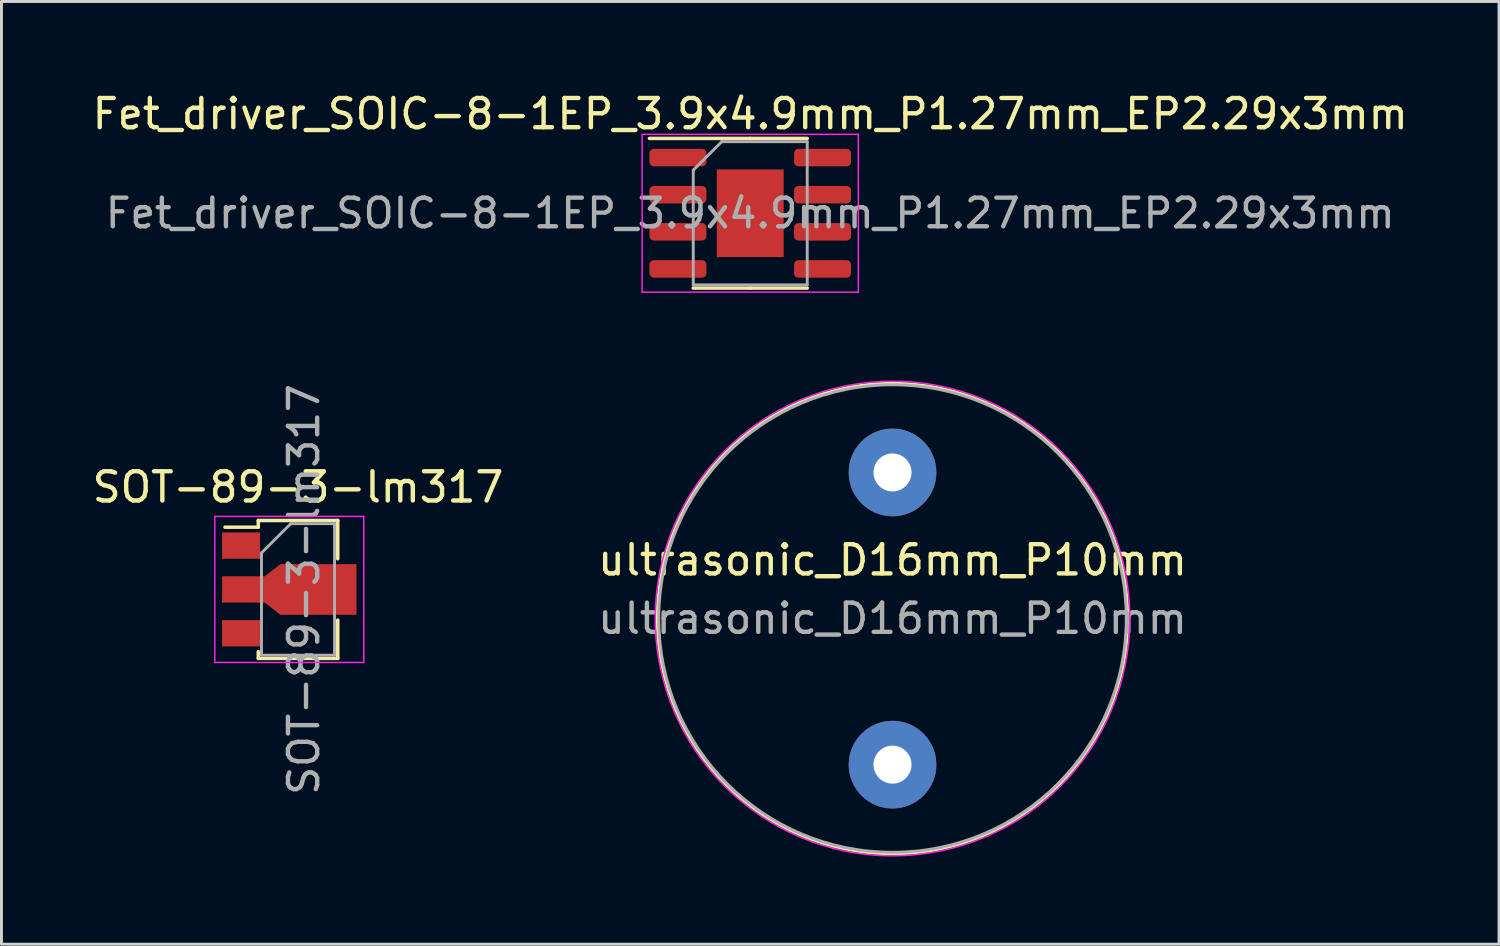
<source format=kicad_pcb>
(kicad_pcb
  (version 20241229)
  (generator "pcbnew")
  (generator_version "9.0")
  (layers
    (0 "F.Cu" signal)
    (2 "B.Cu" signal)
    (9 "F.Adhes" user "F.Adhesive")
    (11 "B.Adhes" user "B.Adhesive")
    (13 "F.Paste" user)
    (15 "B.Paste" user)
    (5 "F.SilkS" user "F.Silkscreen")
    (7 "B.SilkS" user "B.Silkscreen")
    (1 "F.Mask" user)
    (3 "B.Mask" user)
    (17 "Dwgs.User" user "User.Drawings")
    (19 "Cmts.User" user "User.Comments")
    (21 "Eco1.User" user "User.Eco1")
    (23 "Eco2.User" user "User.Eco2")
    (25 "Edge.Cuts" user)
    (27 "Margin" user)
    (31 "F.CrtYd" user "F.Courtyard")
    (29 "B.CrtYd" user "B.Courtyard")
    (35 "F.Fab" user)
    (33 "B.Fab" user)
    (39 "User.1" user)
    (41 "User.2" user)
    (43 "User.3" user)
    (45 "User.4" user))
  (footprint "SOT-89-3-lm317"
    (layer "F.Cu")
    (at 6.849 17.122)
    (property "Reference" "SOT-89-3-lm317" (at 0.3 -3.5 0) (layer "F.SilkS") (effects (font (size 1 1) (thickness 0.15))))
    (attr smd)
    (fp_line (start -2.2 -2.13) (end -1.06 -2.13) (stroke (width 0.12) (type solid)) (layer "F.SilkS"))
    (fp_line (start -1.06 -2.36) (end -1.06 -2.13) (stroke (width 0.12) (type solid)) (layer "F.SilkS"))
    (fp_line (start -1.06 -2.36) (end 1.66 -2.36) (stroke (width 0.12) (type solid)) (layer "F.SilkS"))
    (fp_line (start -1.06 2.36) (end -1.06 2.13) (stroke (width 0.12) (type solid)) (layer "F.SilkS"))
    (fp_line (start 1.66 -2.36) (end 1.66 -1.05) (stroke (width 0.12) (type solid)) (layer "F.SilkS"))
    (fp_line (start 1.66 1.05) (end 1.66 2.36) (stroke (width 0.12) (type solid)) (layer "F.SilkS"))
    (fp_line (start 1.66 2.36) (end -1.06 2.36) (stroke (width 0.12) (type solid)) (layer "F.SilkS"))
    (fp_line (start -2.55 2.5) (end -2.55 -2.5) (stroke (width 0.05) (type solid)) (layer "F.CrtYd"))
    (fp_line (start -2.55 2.5) (end 2.55 2.5) (stroke (width 0.05) (type solid)) (layer "F.CrtYd"))
    (fp_line (start 2.55 -2.5) (end -2.55 -2.5) (stroke (width 0.05) (type solid)) (layer "F.CrtYd"))
    (fp_line (start 2.55 -2.5) (end 2.55 2.5) (stroke (width 0.05) (type solid)) (layer "F.CrtYd"))
    (fp_line (start -0.95 -1.25) (end 0.05 -2.25) (stroke (width 0.1) (type solid)) (layer "F.Fab"))
    (fp_line (start -0.95 2.25) (end -0.95 -1.25) (stroke (width 0.1) (type solid)) (layer "F.Fab"))
    (fp_line (start 0.05 -2.25) (end 1.55 -2.25) (stroke (width 0.1) (type solid)) (layer "F.Fab"))
    (fp_line (start 1.55 -2.25) (end 1.55 2.25) (stroke (width 0.1) (type solid)) (layer "F.Fab"))
    (fp_line (start 1.55 2.25) (end -0.95 2.25) (stroke (width 0.1) (type solid)) (layer "F.Fab"))
    (fp_text user "${REFERENCE}" (at 0.5 0 90) (layer "F.Fab") (effects (font (size 1 1) (thickness 0.15))))
    (pad "1" smd rect (at -1.65 -1.5) (size 1.3 0.9) (layers "F.Cu" "F.Mask" "F.Paste"))
    (pad "2" smd custom (at -1.562 0) (size 1.475 0.9) (layers "F.Cu" "F.Mask" "F.Paste") (options (anchor rect)) (primitives (gr_poly (pts (xy 1.257 0.867) (xy 0.725 0.45) (xy 0.725 -0.45) (xy 1.257 -0.867)) (width 0) (fill yes)) (gr_poly (pts (xy 3.862 0.867) (xy 1.251 0.867) (xy 1.257 -0.867) (xy 3.862 -0.867)) (width 0) (fill yes))))
    (pad "3" smd rect (at -1.65 1.5) (size 1.3 0.9) (layers "F.Cu" "F.Mask" "F.Paste")))
  (footprint "ultrasonic_D16mm_P10mm"
    (layer "F.Cu")
    (at 27.494 18.118)
    (property "Reference" "ultrasonic_D16mm_P10mm" (at 0 -2 0) (layer "F.SilkS") (effects (font (size 1 1) (thickness 0.15))))
    (attr through_hole)
    (fp_circle (center 0 0) (end 8.05 0) (stroke (width 0.1) (type solid)) (fill no) (layer "F.SilkS"))
    (fp_circle (center 0 0) (end 8.12 0) (stroke (width 0.05) (type solid)) (fill no) (layer "F.CrtYd"))
    (fp_circle (center 0 0) (end 8 0) (stroke (width 0.1) (type solid)) (fill no) (layer "F.Fab"))
    (fp_text user "${REFERENCE}" (at 0 0 0) (layer "F.Fab") (effects (font (size 1 1) (thickness 0.15))))
    (pad "1" thru_hole circle (at 0 5) (size 3 3) (drill 1.3) (layers "*.Cu" "*.Mask"))
    (pad "2" thru_hole circle (at 0 -5) (size 3 3) (drill 1.3) (layers "*.Cu" "*.Mask")))
  (footprint "Fet_driver_SOIC-8-1EP_3.9x4.9mm_P1.27mm_EP2.29x3mm"
    (layer "F.Cu")
    (at 22.625 4.248)
    (property "Reference" "Fet_driver_SOIC-8-1EP_3.9x4.9mm_P1.27mm_EP2.29x3mm" (at 0 -3.4 0) (layer "F.SilkS") (effects (font (size 1 1) (thickness 0.15))))
    (attr smd)
    (fp_line (start 0 -2.56) (end -3.45 -2.56) (stroke (width 0.12) (type solid)) (layer "F.SilkS"))
    (fp_line (start 0 -2.56) (end 1.95 -2.56) (stroke (width 0.12) (type solid)) (layer "F.SilkS"))
    (fp_line (start 0 2.56) (end -1.95 2.56) (stroke (width 0.12) (type solid)) (layer "F.SilkS"))
    (fp_line (start 0 2.56) (end 1.95 2.56) (stroke (width 0.12) (type solid)) (layer "F.SilkS"))
    (fp_line (start -3.7 -2.7) (end -3.7 2.7) (stroke (width 0.05) (type solid)) (layer "F.CrtYd"))
    (fp_line (start -3.7 2.7) (end 3.7 2.7) (stroke (width 0.05) (type solid)) (layer "F.CrtYd"))
    (fp_line (start 3.7 -2.7) (end -3.7 -2.7) (stroke (width 0.05) (type solid)) (layer "F.CrtYd"))
    (fp_line (start 3.7 2.7) (end 3.7 -2.7) (stroke (width 0.05) (type solid)) (layer "F.CrtYd"))
    (fp_line (start -1.95 -1.475) (end -0.975 -2.45) (stroke (width 0.1) (type solid)) (layer "F.Fab"))
    (fp_line (start -1.95 2.45) (end -1.95 -1.475) (stroke (width 0.1) (type solid)) (layer "F.Fab"))
    (fp_line (start -0.975 -2.45) (end 1.95 -2.45) (stroke (width 0.1) (type solid)) (layer "F.Fab"))
    (fp_line (start 1.95 -2.45) (end 1.95 2.45) (stroke (width 0.1) (type solid)) (layer "F.Fab"))
    (fp_line (start 1.95 2.45) (end -1.95 2.45) (stroke (width 0.1) (type solid)) (layer "F.Fab"))
    (fp_text user "${REFERENCE}" (at 0 0 0) (layer "F.Fab") (effects (font (size 0.98 0.98) (thickness 0.15))))
    (pad "" smd roundrect (at -0.57 -0.75) (size 0.92 1.21) (layers "F.Paste") (roundrect_rratio 0.25))
    (pad "" smd roundrect (at -0.57 0.75) (size 0.92 1.21) (layers "F.Paste") (roundrect_rratio 0.25))
    (pad "" smd roundrect (at 0.57 -0.75) (size 0.92 1.21) (layers "F.Paste") (roundrect_rratio 0.25))
    (pad "" smd roundrect (at 0.57 0.75) (size 0.92 1.21) (layers "F.Paste") (roundrect_rratio 0.25))
    (pad "1" smd roundrect (at -2.475 -1.905) (size 1.95 0.6) (layers "F.Cu" "F.Mask" "F.Paste") (roundrect_rratio 0.25))
    (pad "2" smd roundrect (at -2.475 -0.635) (size 1.95 0.6) (layers "F.Cu" "F.Mask" "F.Paste") (roundrect_rratio 0.25))
    (pad "3" smd roundrect (at -2.475 0.635) (size 1.95 0.6) (layers "F.Cu" "F.Mask" "F.Paste") (roundrect_rratio 0.25))
    (pad "3" smd rect (at 0 0) (size 2.29 3) (layers "F.Cu" "F.Mask"))
    (pad "4" smd roundrect (at -2.475 1.905) (size 1.95 0.6) (layers "F.Cu" "F.Mask" "F.Paste") (roundrect_rratio 0.25))
    (pad "5" smd roundrect (at 2.475 1.905) (size 1.95 0.6) (layers "F.Cu" "F.Mask" "F.Paste") (roundrect_rratio 0.25))
    (pad "6" smd roundrect (at 2.475 0.635) (size 1.95 0.6) (layers "F.Cu" "F.Mask" "F.Paste") (roundrect_rratio 0.25))
    (pad "7" smd roundrect (at 2.475 -0.635) (size 1.95 0.6) (layers "F.Cu" "F.Mask" "F.Paste") (roundrect_rratio 0.25))
    (pad "8" smd roundrect (at 2.475 -1.905) (size 1.95 0.6) (layers "F.Cu" "F.Mask" "F.Paste") (roundrect_rratio 0.25)))
  (gr_rect
    (start -3 -3)
    (end 48.25 29.263)
    (stroke (width 0.1) (type default))
    (fill no)
    (layer "Edge.Cuts")))
</source>
